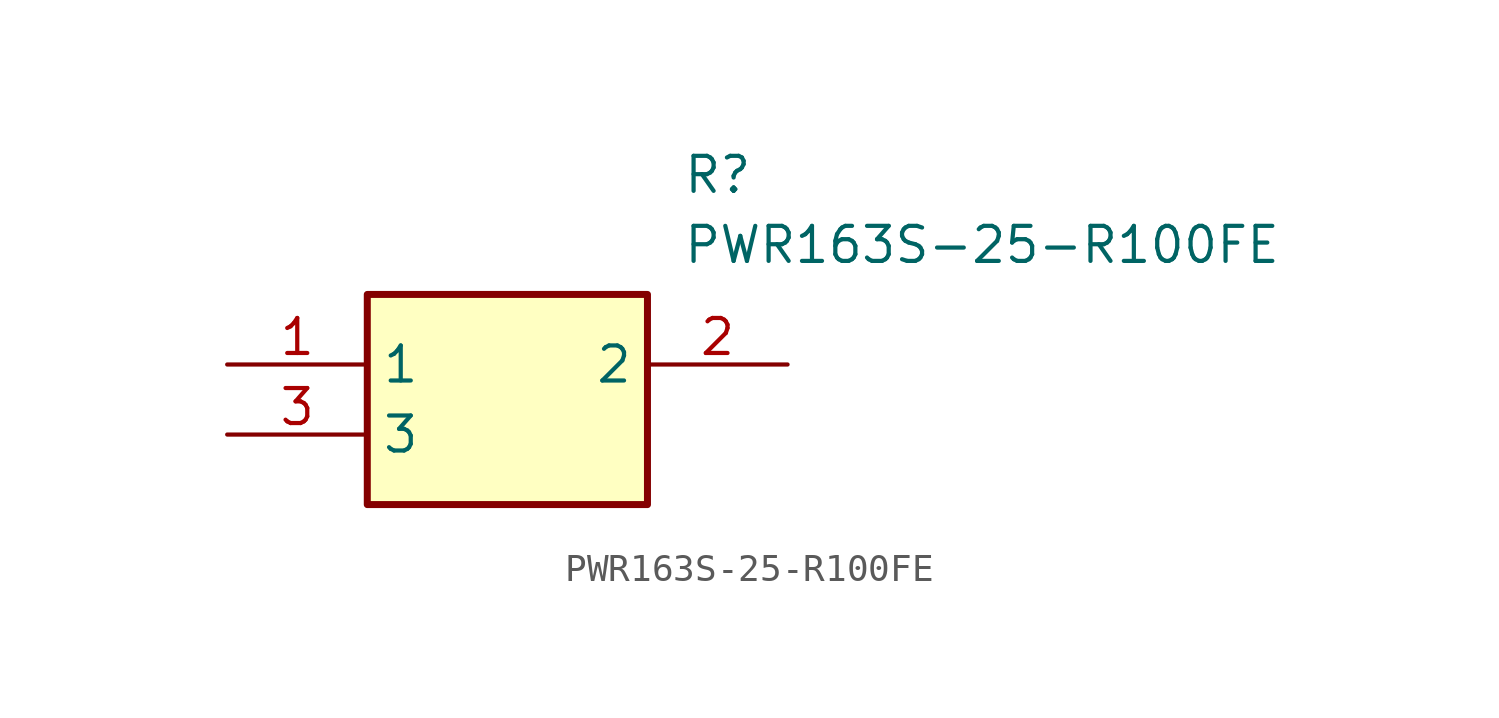
<source format=kicad_sym>
(kicad_symbol_lib
  (version 20211014)
  (generator SamacSys_ECAD_Model)
  (symbol "PWR163S-25-R100FE"
    (property "Reference" "R"
      (at 16.51 7.62 0)
      (effects (font (size 1.27 1.27)) (justify left top)))
    (property "Value" "PWR163S-25-R100FE"
      (at 16.51 5.08 0)
      (effects (font (size 1.27 1.27)) (justify left top)))
    (rectangle
      (start 5.08 2.54)
      (end 15.24 -5.08)
      (stroke (width 0.254) (type default))
      (fill (type background)))
    (pin passive line
      (at 0 0 0)
      (length 5.08)
      (name "1" (effects (font (size 1.27 1.27))))
      (number "1" (effects (font (size 1.27 1.27)))))
    (pin passive line
      (at 20.32 0 180)
      (length 5.08)
      (name "2" (effects (font (size 1.27 1.27))))
      (number "2" (effects (font (size 1.27 1.27)))))
    (pin passive line
      (at 0 -2.54 0)
      (length 5.08)
      (name "3" (effects (font (size 1.27 1.27))))
      (number "3" (effects (font (size 1.27 1.27)))))))
</source>
